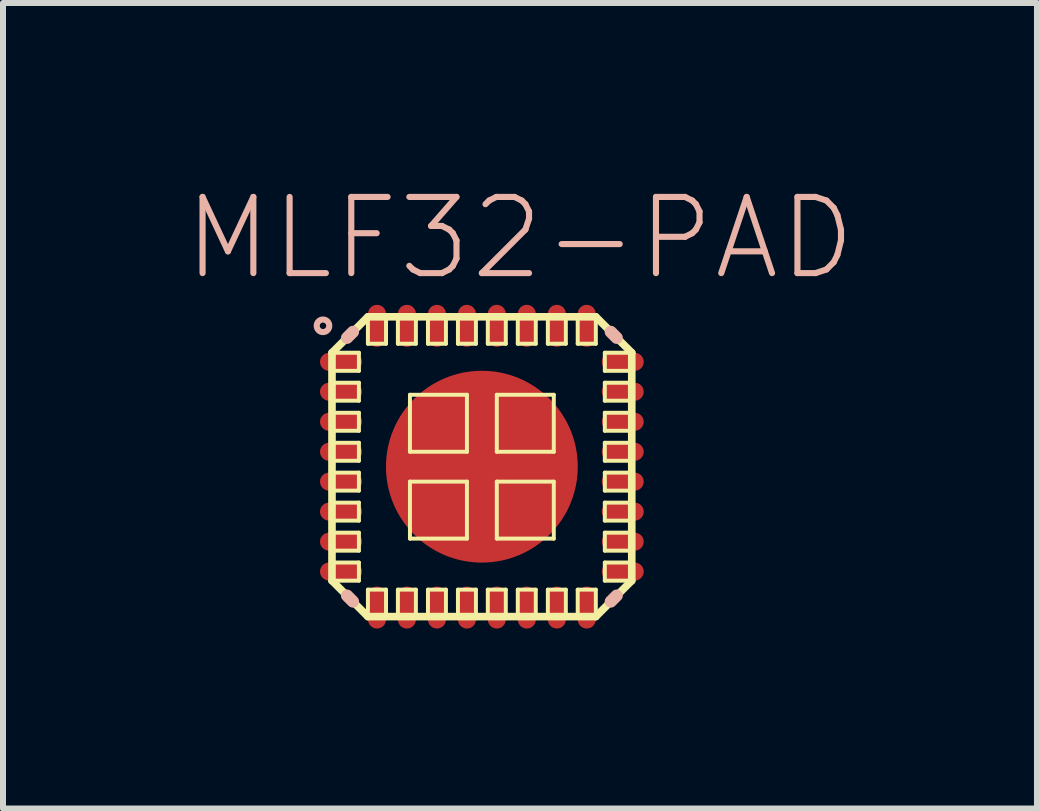
<source format=kicad_pcb>
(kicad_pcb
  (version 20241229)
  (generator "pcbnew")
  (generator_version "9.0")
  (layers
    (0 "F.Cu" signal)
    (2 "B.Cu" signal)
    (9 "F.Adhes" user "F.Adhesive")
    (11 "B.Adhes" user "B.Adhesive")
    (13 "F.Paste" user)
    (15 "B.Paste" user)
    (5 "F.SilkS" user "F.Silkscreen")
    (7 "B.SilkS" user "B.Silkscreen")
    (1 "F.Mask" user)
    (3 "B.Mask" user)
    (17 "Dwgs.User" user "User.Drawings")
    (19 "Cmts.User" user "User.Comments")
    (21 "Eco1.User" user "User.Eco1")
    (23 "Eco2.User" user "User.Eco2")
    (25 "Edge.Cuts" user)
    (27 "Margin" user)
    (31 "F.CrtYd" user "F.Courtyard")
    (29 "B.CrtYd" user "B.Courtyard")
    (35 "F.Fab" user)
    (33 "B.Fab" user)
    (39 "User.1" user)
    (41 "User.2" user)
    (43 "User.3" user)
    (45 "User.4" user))
  (footprint "MLF32-PAD"
    (layer "F.Cu")
    (at 4.984 4.731)
    (property "Reference" "MLF32-PAD" (at 0.635 -3.81 0) (layer "B.SilkS") (effects (font (size 1.27 1.27) (thickness 0.102))))
    (attr smd)
    (fp_line (start -2.499 -1.9) (end -2.05 -1.9) (stroke (width 0.066) (type solid)) (layer "F.SilkS"))
    (fp_line (start -2.499 -1.9) (end -1.9 -2.499) (stroke (width 0.127) (type solid)) (layer "F.SilkS"))
    (fp_line (start -2.499 -1.598) (end -2.499 -1.9) (stroke (width 0.066) (type solid)) (layer "F.SilkS"))
    (fp_line (start -2.499 -1.598) (end -2.05 -1.598) (stroke (width 0.066) (type solid)) (layer "F.SilkS"))
    (fp_line (start -2.499 -1.4) (end -2.05 -1.4) (stroke (width 0.066) (type solid)) (layer "F.SilkS"))
    (fp_line (start -2.499 -1.1) (end -2.499 -1.4) (stroke (width 0.066) (type solid)) (layer "F.SilkS"))
    (fp_line (start -2.499 -1.1) (end -2.05 -1.1) (stroke (width 0.066) (type solid)) (layer "F.SilkS"))
    (fp_line (start -2.499 -0.899) (end -2.05 -0.899) (stroke (width 0.066) (type solid)) (layer "F.SilkS"))
    (fp_line (start -2.499 -0.599) (end -2.499 -0.899) (stroke (width 0.066) (type solid)) (layer "F.SilkS"))
    (fp_line (start -2.499 -0.599) (end -2.05 -0.599) (stroke (width 0.066) (type solid)) (layer "F.SilkS"))
    (fp_line (start -2.499 -0.399) (end -2.05 -0.399) (stroke (width 0.066) (type solid)) (layer "F.SilkS"))
    (fp_line (start -2.499 -0.099) (end -2.499 -0.399) (stroke (width 0.066) (type solid)) (layer "F.SilkS"))
    (fp_line (start -2.499 -0.099) (end -2.05 -0.099) (stroke (width 0.066) (type solid)) (layer "F.SilkS"))
    (fp_line (start -2.499 0.099) (end -2.05 0.099) (stroke (width 0.066) (type solid)) (layer "F.SilkS"))
    (fp_line (start -2.499 0.399) (end -2.499 0.099) (stroke (width 0.066) (type solid)) (layer "F.SilkS"))
    (fp_line (start -2.499 0.399) (end -2.05 0.399) (stroke (width 0.066) (type solid)) (layer "F.SilkS"))
    (fp_line (start -2.499 0.599) (end -2.05 0.599) (stroke (width 0.066) (type solid)) (layer "F.SilkS"))
    (fp_line (start -2.499 0.899) (end -2.499 0.599) (stroke (width 0.066) (type solid)) (layer "F.SilkS"))
    (fp_line (start -2.499 0.899) (end -2.05 0.899) (stroke (width 0.066) (type solid)) (layer "F.SilkS"))
    (fp_line (start -2.499 1.1) (end -2.05 1.1) (stroke (width 0.066) (type solid)) (layer "F.SilkS"))
    (fp_line (start -2.499 1.4) (end -2.499 1.1) (stroke (width 0.066) (type solid)) (layer "F.SilkS"))
    (fp_line (start -2.499 1.4) (end -2.05 1.4) (stroke (width 0.066) (type solid)) (layer "F.SilkS"))
    (fp_line (start -2.499 1.598) (end -2.05 1.598) (stroke (width 0.066) (type solid)) (layer "F.SilkS"))
    (fp_line (start -2.499 1.9) (end -2.499 -1.9) (stroke (width 0.127) (type solid)) (layer "F.SilkS"))
    (fp_line (start -2.499 1.9) (end -2.499 1.598) (stroke (width 0.066) (type solid)) (layer "F.SilkS"))
    (fp_line (start -2.499 1.9) (end -2.05 1.9) (stroke (width 0.066) (type solid)) (layer "F.SilkS"))
    (fp_line (start -2.05 -1.598) (end -2.05 -1.9) (stroke (width 0.066) (type solid)) (layer "F.SilkS"))
    (fp_line (start -2.05 -1.1) (end -2.05 -1.4) (stroke (width 0.066) (type solid)) (layer "F.SilkS"))
    (fp_line (start -2.05 -0.599) (end -2.05 -0.899) (stroke (width 0.066) (type solid)) (layer "F.SilkS"))
    (fp_line (start -2.05 -0.099) (end -2.05 -0.399) (stroke (width 0.066) (type solid)) (layer "F.SilkS"))
    (fp_line (start -2.05 0.399) (end -2.05 0.099) (stroke (width 0.066) (type solid)) (layer "F.SilkS"))
    (fp_line (start -2.05 0.899) (end -2.05 0.599) (stroke (width 0.066) (type solid)) (layer "F.SilkS"))
    (fp_line (start -2.05 1.4) (end -2.05 1.1) (stroke (width 0.066) (type solid)) (layer "F.SilkS"))
    (fp_line (start -2.05 1.9) (end -2.05 1.598) (stroke (width 0.066) (type solid)) (layer "F.SilkS"))
    (fp_line (start -1.9 -2.499) (end -1.598 -2.499) (stroke (width 0.066) (type solid)) (layer "F.SilkS"))
    (fp_line (start -1.9 -2.499) (end 1.9 -2.499) (stroke (width 0.127) (type solid)) (layer "F.SilkS"))
    (fp_line (start -1.9 -2.05) (end -1.9 -2.499) (stroke (width 0.066) (type solid)) (layer "F.SilkS"))
    (fp_line (start -1.9 -2.05) (end -1.598 -2.05) (stroke (width 0.066) (type solid)) (layer "F.SilkS"))
    (fp_line (start -1.9 2.05) (end -1.598 2.05) (stroke (width 0.066) (type solid)) (layer "F.SilkS"))
    (fp_line (start -1.9 2.499) (end -2.499 1.9) (stroke (width 0.127) (type solid)) (layer "F.SilkS"))
    (fp_line (start -1.9 2.499) (end -1.9 2.05) (stroke (width 0.066) (type solid)) (layer "F.SilkS"))
    (fp_line (start -1.9 2.499) (end -1.598 2.499) (stroke (width 0.066) (type solid)) (layer "F.SilkS"))
    (fp_line (start -1.598 -2.05) (end -1.598 -2.499) (stroke (width 0.066) (type solid)) (layer "F.SilkS"))
    (fp_line (start -1.598 2.499) (end -1.598 2.05) (stroke (width 0.066) (type solid)) (layer "F.SilkS"))
    (fp_line (start -1.4 -2.499) (end -1.1 -2.499) (stroke (width 0.066) (type solid)) (layer "F.SilkS"))
    (fp_line (start -1.4 -2.05) (end -1.4 -2.499) (stroke (width 0.066) (type solid)) (layer "F.SilkS"))
    (fp_line (start -1.4 -2.05) (end -1.1 -2.05) (stroke (width 0.066) (type solid)) (layer "F.SilkS"))
    (fp_line (start -1.4 2.05) (end -1.1 2.05) (stroke (width 0.066) (type solid)) (layer "F.SilkS"))
    (fp_line (start -1.4 2.499) (end -1.4 2.05) (stroke (width 0.066) (type solid)) (layer "F.SilkS"))
    (fp_line (start -1.4 2.499) (end -1.1 2.499) (stroke (width 0.066) (type solid)) (layer "F.SilkS"))
    (fp_line (start -1.199 -1.199) (end -0.249 -1.199) (stroke (width 0.066) (type solid)) (layer "F.SilkS"))
    (fp_line (start -1.199 -0.249) (end -1.199 -1.199) (stroke (width 0.066) (type solid)) (layer "F.SilkS"))
    (fp_line (start -1.199 -0.249) (end -0.249 -0.249) (stroke (width 0.066) (type solid)) (layer "F.SilkS"))
    (fp_line (start -1.199 0.249) (end -0.249 0.249) (stroke (width 0.066) (type solid)) (layer "F.SilkS"))
    (fp_line (start -1.199 1.199) (end -1.199 0.249) (stroke (width 0.066) (type solid)) (layer "F.SilkS"))
    (fp_line (start -1.199 1.199) (end -0.249 1.199) (stroke (width 0.066) (type solid)) (layer "F.SilkS"))
    (fp_line (start -1.1 -2.05) (end -1.1 -2.499) (stroke (width 0.066) (type solid)) (layer "F.SilkS"))
    (fp_line (start -1.1 2.499) (end -1.1 2.05) (stroke (width 0.066) (type solid)) (layer "F.SilkS"))
    (fp_line (start -0.899 -2.499) (end -0.599 -2.499) (stroke (width 0.066) (type solid)) (layer "F.SilkS"))
    (fp_line (start -0.899 -2.05) (end -0.899 -2.499) (stroke (width 0.066) (type solid)) (layer "F.SilkS"))
    (fp_line (start -0.899 -2.05) (end -0.599 -2.05) (stroke (width 0.066) (type solid)) (layer "F.SilkS"))
    (fp_line (start -0.899 2.05) (end -0.599 2.05) (stroke (width 0.066) (type solid)) (layer "F.SilkS"))
    (fp_line (start -0.899 2.499) (end -0.899 2.05) (stroke (width 0.066) (type solid)) (layer "F.SilkS"))
    (fp_line (start -0.899 2.499) (end -0.599 2.499) (stroke (width 0.066) (type solid)) (layer "F.SilkS"))
    (fp_line (start -0.599 -2.05) (end -0.599 -2.499) (stroke (width 0.066) (type solid)) (layer "F.SilkS"))
    (fp_line (start -0.599 2.499) (end -0.599 2.05) (stroke (width 0.066) (type solid)) (layer "F.SilkS"))
    (fp_line (start -0.399 -2.499) (end -0.099 -2.499) (stroke (width 0.066) (type solid)) (layer "F.SilkS"))
    (fp_line (start -0.399 -2.05) (end -0.399 -2.499) (stroke (width 0.066) (type solid)) (layer "F.SilkS"))
    (fp_line (start -0.399 -2.05) (end -0.099 -2.05) (stroke (width 0.066) (type solid)) (layer "F.SilkS"))
    (fp_line (start -0.399 2.05) (end -0.099 2.05) (stroke (width 0.066) (type solid)) (layer "F.SilkS"))
    (fp_line (start -0.399 2.499) (end -0.399 2.05) (stroke (width 0.066) (type solid)) (layer "F.SilkS"))
    (fp_line (start -0.399 2.499) (end -0.099 2.499) (stroke (width 0.066) (type solid)) (layer "F.SilkS"))
    (fp_line (start -0.249 -0.249) (end -0.249 -1.199) (stroke (width 0.066) (type solid)) (layer "F.SilkS"))
    (fp_line (start -0.249 1.199) (end -0.249 0.249) (stroke (width 0.066) (type solid)) (layer "F.SilkS"))
    (fp_line (start -0.099 -2.05) (end -0.099 -2.499) (stroke (width 0.066) (type solid)) (layer "F.SilkS"))
    (fp_line (start -0.099 2.499) (end -0.099 2.05) (stroke (width 0.066) (type solid)) (layer "F.SilkS"))
    (fp_line (start 0.099 -2.499) (end 0.399 -2.499) (stroke (width 0.066) (type solid)) (layer "F.SilkS"))
    (fp_line (start 0.099 -2.05) (end 0.099 -2.499) (stroke (width 0.066) (type solid)) (layer "F.SilkS"))
    (fp_line (start 0.099 -2.05) (end 0.399 -2.05) (stroke (width 0.066) (type solid)) (layer "F.SilkS"))
    (fp_line (start 0.099 2.05) (end 0.399 2.05) (stroke (width 0.066) (type solid)) (layer "F.SilkS"))
    (fp_line (start 0.099 2.499) (end 0.099 2.05) (stroke (width 0.066) (type solid)) (layer "F.SilkS"))
    (fp_line (start 0.099 2.499) (end 0.399 2.499) (stroke (width 0.066) (type solid)) (layer "F.SilkS"))
    (fp_line (start 0.249 -1.199) (end 1.199 -1.199) (stroke (width 0.066) (type solid)) (layer "F.SilkS"))
    (fp_line (start 0.249 -0.249) (end 0.249 -1.199) (stroke (width 0.066) (type solid)) (layer "F.SilkS"))
    (fp_line (start 0.249 -0.249) (end 1.199 -0.249) (stroke (width 0.066) (type solid)) (layer "F.SilkS"))
    (fp_line (start 0.249 0.249) (end 1.199 0.249) (stroke (width 0.066) (type solid)) (layer "F.SilkS"))
    (fp_line (start 0.249 1.199) (end 0.249 0.249) (stroke (width 0.066) (type solid)) (layer "F.SilkS"))
    (fp_line (start 0.249 1.199) (end 1.199 1.199) (stroke (width 0.066) (type solid)) (layer "F.SilkS"))
    (fp_line (start 0.399 -2.05) (end 0.399 -2.499) (stroke (width 0.066) (type solid)) (layer "F.SilkS"))
    (fp_line (start 0.399 2.499) (end 0.399 2.05) (stroke (width 0.066) (type solid)) (layer "F.SilkS"))
    (fp_line (start 0.599 -2.499) (end 0.899 -2.499) (stroke (width 0.066) (type solid)) (layer "F.SilkS"))
    (fp_line (start 0.599 -2.05) (end 0.599 -2.499) (stroke (width 0.066) (type solid)) (layer "F.SilkS"))
    (fp_line (start 0.599 -2.05) (end 0.899 -2.05) (stroke (width 0.066) (type solid)) (layer "F.SilkS"))
    (fp_line (start 0.599 2.05) (end 0.899 2.05) (stroke (width 0.066) (type solid)) (layer "F.SilkS"))
    (fp_line (start 0.599 2.499) (end 0.599 2.05) (stroke (width 0.066) (type solid)) (layer "F.SilkS"))
    (fp_line (start 0.599 2.499) (end 0.899 2.499) (stroke (width 0.066) (type solid)) (layer "F.SilkS"))
    (fp_line (start 0.899 -2.05) (end 0.899 -2.499) (stroke (width 0.066) (type solid)) (layer "F.SilkS"))
    (fp_line (start 0.899 2.499) (end 0.899 2.05) (stroke (width 0.066) (type solid)) (layer "F.SilkS"))
    (fp_line (start 1.1 -2.499) (end 1.4 -2.499) (stroke (width 0.066) (type solid)) (layer "F.SilkS"))
    (fp_line (start 1.1 -2.05) (end 1.1 -2.499) (stroke (width 0.066) (type solid)) (layer "F.SilkS"))
    (fp_line (start 1.1 -2.05) (end 1.4 -2.05) (stroke (width 0.066) (type solid)) (layer "F.SilkS"))
    (fp_line (start 1.1 2.05) (end 1.4 2.05) (stroke (width 0.066) (type solid)) (layer "F.SilkS"))
    (fp_line (start 1.1 2.499) (end 1.1 2.05) (stroke (width 0.066) (type solid)) (layer "F.SilkS"))
    (fp_line (start 1.1 2.499) (end 1.4 2.499) (stroke (width 0.066) (type solid)) (layer "F.SilkS"))
    (fp_line (start 1.199 -0.249) (end 1.199 -1.199) (stroke (width 0.066) (type solid)) (layer "F.SilkS"))
    (fp_line (start 1.199 1.199) (end 1.199 0.249) (stroke (width 0.066) (type solid)) (layer "F.SilkS"))
    (fp_line (start 1.4 -2.05) (end 1.4 -2.499) (stroke (width 0.066) (type solid)) (layer "F.SilkS"))
    (fp_line (start 1.4 2.499) (end 1.4 2.05) (stroke (width 0.066) (type solid)) (layer "F.SilkS"))
    (fp_line (start 1.598 -2.499) (end 1.9 -2.499) (stroke (width 0.066) (type solid)) (layer "F.SilkS"))
    (fp_line (start 1.598 -2.05) (end 1.598 -2.499) (stroke (width 0.066) (type solid)) (layer "F.SilkS"))
    (fp_line (start 1.598 -2.05) (end 1.9 -2.05) (stroke (width 0.066) (type solid)) (layer "F.SilkS"))
    (fp_line (start 1.598 2.05) (end 1.9 2.05) (stroke (width 0.066) (type solid)) (layer "F.SilkS"))
    (fp_line (start 1.598 2.499) (end 1.598 2.05) (stroke (width 0.066) (type solid)) (layer "F.SilkS"))
    (fp_line (start 1.598 2.499) (end 1.9 2.499) (stroke (width 0.066) (type solid)) (layer "F.SilkS"))
    (fp_line (start 1.9 -2.499) (end 2.499 -1.9) (stroke (width 0.127) (type solid)) (layer "F.SilkS"))
    (fp_line (start 1.9 -2.05) (end 1.9 -2.499) (stroke (width 0.066) (type solid)) (layer "F.SilkS"))
    (fp_line (start 1.9 2.499) (end -1.9 2.499) (stroke (width 0.127) (type solid)) (layer "F.SilkS"))
    (fp_line (start 1.9 2.499) (end 1.9 2.05) (stroke (width 0.066) (type solid)) (layer "F.SilkS"))
    (fp_line (start 2.05 -1.9) (end 2.499 -1.9) (stroke (width 0.066) (type solid)) (layer "F.SilkS"))
    (fp_line (start 2.05 -1.598) (end 2.05 -1.9) (stroke (width 0.066) (type solid)) (layer "F.SilkS"))
    (fp_line (start 2.05 -1.598) (end 2.499 -1.598) (stroke (width 0.066) (type solid)) (layer "F.SilkS"))
    (fp_line (start 2.05 -1.4) (end 2.499 -1.4) (stroke (width 0.066) (type solid)) (layer "F.SilkS"))
    (fp_line (start 2.05 -1.1) (end 2.05 -1.4) (stroke (width 0.066) (type solid)) (layer "F.SilkS"))
    (fp_line (start 2.05 -1.1) (end 2.499 -1.1) (stroke (width 0.066) (type solid)) (layer "F.SilkS"))
    (fp_line (start 2.05 -0.899) (end 2.499 -0.899) (stroke (width 0.066) (type solid)) (layer "F.SilkS"))
    (fp_line (start 2.05 -0.599) (end 2.05 -0.899) (stroke (width 0.066) (type solid)) (layer "F.SilkS"))
    (fp_line (start 2.05 -0.599) (end 2.499 -0.599) (stroke (width 0.066) (type solid)) (layer "F.SilkS"))
    (fp_line (start 2.05 -0.399) (end 2.499 -0.399) (stroke (width 0.066) (type solid)) (layer "F.SilkS"))
    (fp_line (start 2.05 -0.099) (end 2.05 -0.399) (stroke (width 0.066) (type solid)) (layer "F.SilkS"))
    (fp_line (start 2.05 -0.099) (end 2.499 -0.099) (stroke (width 0.066) (type solid)) (layer "F.SilkS"))
    (fp_line (start 2.05 0.099) (end 2.499 0.099) (stroke (width 0.066) (type solid)) (layer "F.SilkS"))
    (fp_line (start 2.05 0.399) (end 2.05 0.099) (stroke (width 0.066) (type solid)) (layer "F.SilkS"))
    (fp_line (start 2.05 0.399) (end 2.499 0.399) (stroke (width 0.066) (type solid)) (layer "F.SilkS"))
    (fp_line (start 2.05 0.599) (end 2.499 0.599) (stroke (width 0.066) (type solid)) (layer "F.SilkS"))
    (fp_line (start 2.05 0.899) (end 2.05 0.599) (stroke (width 0.066) (type solid)) (layer "F.SilkS"))
    (fp_line (start 2.05 0.899) (end 2.499 0.899) (stroke (width 0.066) (type solid)) (layer "F.SilkS"))
    (fp_line (start 2.05 1.1) (end 2.499 1.1) (stroke (width 0.066) (type solid)) (layer "F.SilkS"))
    (fp_line (start 2.05 1.4) (end 2.05 1.1) (stroke (width 0.066) (type solid)) (layer "F.SilkS"))
    (fp_line (start 2.05 1.4) (end 2.499 1.4) (stroke (width 0.066) (type solid)) (layer "F.SilkS"))
    (fp_line (start 2.05 1.598) (end 2.499 1.598) (stroke (width 0.066) (type solid)) (layer "F.SilkS"))
    (fp_line (start 2.05 1.9) (end 2.05 1.598) (stroke (width 0.066) (type solid)) (layer "F.SilkS"))
    (fp_line (start 2.05 1.9) (end 2.499 1.9) (stroke (width 0.066) (type solid)) (layer "F.SilkS"))
    (fp_line (start 2.499 -1.9) (end 2.499 1.9) (stroke (width 0.127) (type solid)) (layer "F.SilkS"))
    (fp_line (start 2.499 -1.598) (end 2.499 -1.9) (stroke (width 0.066) (type solid)) (layer "F.SilkS"))
    (fp_line (start 2.499 -1.1) (end 2.499 -1.4) (stroke (width 0.066) (type solid)) (layer "F.SilkS"))
    (fp_line (start 2.499 -0.599) (end 2.499 -0.899) (stroke (width 0.066) (type solid)) (layer "F.SilkS"))
    (fp_line (start 2.499 -0.099) (end 2.499 -0.399) (stroke (width 0.066) (type solid)) (layer "F.SilkS"))
    (fp_line (start 2.499 0.399) (end 2.499 0.099) (stroke (width 0.066) (type solid)) (layer "F.SilkS"))
    (fp_line (start 2.499 0.899) (end 2.499 0.599) (stroke (width 0.066) (type solid)) (layer "F.SilkS"))
    (fp_line (start 2.499 1.4) (end 2.499 1.1) (stroke (width 0.066) (type solid)) (layer "F.SilkS"))
    (fp_line (start 2.499 1.9) (end 1.9 2.499) (stroke (width 0.127) (type solid)) (layer "F.SilkS"))
    (fp_line (start 2.499 1.9) (end 2.499 1.598) (stroke (width 0.066) (type solid)) (layer "F.SilkS"))
    (fp_line (start -2.248 -2.149) (end -2.149 -2.248) (stroke (width 0.203) (type solid)) (layer "B.SilkS"))
    (fp_line (start -2.149 2.248) (end -2.248 2.149) (stroke (width 0.203) (type solid)) (layer "B.SilkS"))
    (fp_line (start 2.149 -2.248) (end 2.248 -2.149) (stroke (width 0.203) (type solid)) (layer "B.SilkS"))
    (fp_line (start 2.248 2.149) (end 2.149 2.248) (stroke (width 0.203) (type solid)) (layer "B.SilkS"))
    (fp_circle (center -2.649 -2.349) (end -2.723 -2.423) (stroke (width 0.102) (type solid)) (fill no) (layer "B.SilkS"))
    (pad "1" smd oval (at -2.349 -1.748) (size 0.699 0.3) (layers "F.Cu" "F.Mask" "F.Paste"))
    (pad "2" smd oval (at -2.349 -1.25) (size 0.699 0.3) (layers "F.Cu" "F.Mask" "F.Paste"))
    (pad "3" smd oval (at -2.349 -0.749) (size 0.699 0.3) (layers "F.Cu" "F.Mask" "F.Paste"))
    (pad "4" smd oval (at -2.349 -0.249) (size 0.699 0.3) (layers "F.Cu" "F.Mask" "F.Paste"))
    (pad "5" smd oval (at -2.349 0.249) (size 0.699 0.3) (layers "F.Cu" "F.Mask" "F.Paste"))
    (pad "6" smd oval (at -2.349 0.749) (size 0.699 0.3) (layers "F.Cu" "F.Mask" "F.Paste"))
    (pad "7" smd oval (at -2.349 1.25) (size 0.699 0.3) (layers "F.Cu" "F.Mask" "F.Paste"))
    (pad "8" smd oval (at -2.349 1.748) (size 0.699 0.3) (layers "F.Cu" "F.Mask" "F.Paste"))
    (pad "9" smd oval (at -1.748 2.349) (size 0.3 0.699) (layers "F.Cu" "F.Mask" "F.Paste"))
    (pad "10" smd oval (at -1.25 2.349) (size 0.3 0.699) (layers "F.Cu" "F.Mask" "F.Paste"))
    (pad "11" smd oval (at -0.749 2.349) (size 0.3 0.699) (layers "F.Cu" "F.Mask" "F.Paste"))
    (pad "12" smd oval (at -0.249 2.349) (size 0.3 0.699) (layers "F.Cu" "F.Mask" "F.Paste"))
    (pad "13" smd oval (at 0.249 2.349) (size 0.3 0.699) (layers "F.Cu" "F.Mask" "F.Paste"))
    (pad "14" smd oval (at 0.749 2.349) (size 0.3 0.699) (layers "F.Cu" "F.Mask" "F.Paste"))
    (pad "15" smd oval (at 1.25 2.349) (size 0.3 0.699) (layers "F.Cu" "F.Mask" "F.Paste"))
    (pad "16" smd oval (at 1.748 2.349) (size 0.3 0.699) (layers "F.Cu" "F.Mask" "F.Paste"))
    (pad "17" smd oval (at 2.349 1.748) (size 0.699 0.3) (layers "F.Cu" "F.Mask" "F.Paste"))
    (pad "18" smd oval (at 2.349 1.25) (size 0.699 0.3) (layers "F.Cu" "F.Mask" "F.Paste"))
    (pad "19" smd oval (at 2.349 0.749) (size 0.699 0.3) (layers "F.Cu" "F.Mask" "F.Paste"))
    (pad "20" smd oval (at 2.349 0.249) (size 0.699 0.3) (layers "F.Cu" "F.Mask" "F.Paste"))
    (pad "21" smd oval (at 2.349 -0.249) (size 0.699 0.3) (layers "F.Cu" "F.Mask" "F.Paste"))
    (pad "22" smd oval (at 2.349 -0.749) (size 0.699 0.3) (layers "F.Cu" "F.Mask" "F.Paste"))
    (pad "23" smd oval (at 2.349 -1.25) (size 0.699 0.3) (layers "F.Cu" "F.Mask" "F.Paste"))
    (pad "24" smd oval (at 2.349 -1.748) (size 0.699 0.3) (layers "F.Cu" "F.Mask" "F.Paste"))
    (pad "25" smd oval (at 1.748 -2.349) (size 0.3 0.699) (layers "F.Cu" "F.Mask" "F.Paste"))
    (pad "26" smd oval (at 1.25 -2.349) (size 0.3 0.699) (layers "F.Cu" "F.Mask" "F.Paste"))
    (pad "27" smd oval (at 0.749 -2.349) (size 0.3 0.699) (layers "F.Cu" "F.Mask" "F.Paste"))
    (pad "28" smd oval (at 0.249 -2.349) (size 0.3 0.699) (layers "F.Cu" "F.Mask" "F.Paste"))
    (pad "29" smd oval (at -0.249 -2.349) (size 0.3 0.699) (layers "F.Cu" "F.Mask" "F.Paste"))
    (pad "30" smd oval (at -0.749 -2.349) (size 0.3 0.699) (layers "F.Cu" "F.Mask" "F.Paste"))
    (pad "31" smd oval (at -1.25 -2.349) (size 0.3 0.699) (layers "F.Cu" "F.Mask" "F.Paste"))
    (pad "32" smd oval (at -1.748 -2.349) (size 0.3 0.699) (layers "F.Cu" "F.Mask" "F.Paste"))
    (pad "PAD" smd oval (at 0 0) (size 3.198 3.198) (layers "F.Cu" "F.Mask" "F.Paste")))
  (gr_rect
    (start -3 -3)
    (end 14.239 10.43)
    (stroke (width 0.1) (type default))
    (fill no)
    (layer "Edge.Cuts")))
</source>
